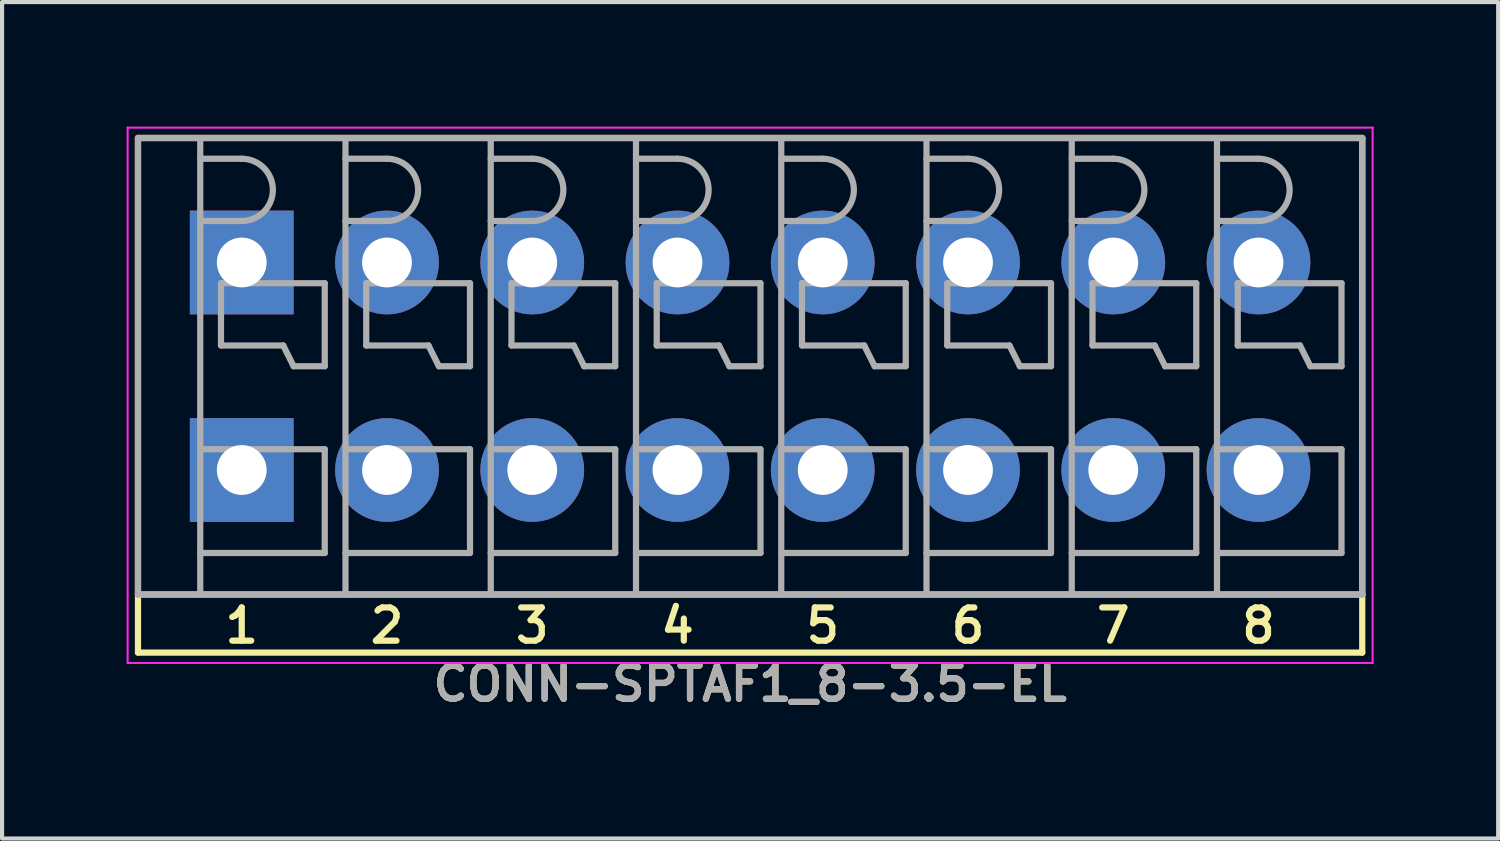
<source format=kicad_pcb>
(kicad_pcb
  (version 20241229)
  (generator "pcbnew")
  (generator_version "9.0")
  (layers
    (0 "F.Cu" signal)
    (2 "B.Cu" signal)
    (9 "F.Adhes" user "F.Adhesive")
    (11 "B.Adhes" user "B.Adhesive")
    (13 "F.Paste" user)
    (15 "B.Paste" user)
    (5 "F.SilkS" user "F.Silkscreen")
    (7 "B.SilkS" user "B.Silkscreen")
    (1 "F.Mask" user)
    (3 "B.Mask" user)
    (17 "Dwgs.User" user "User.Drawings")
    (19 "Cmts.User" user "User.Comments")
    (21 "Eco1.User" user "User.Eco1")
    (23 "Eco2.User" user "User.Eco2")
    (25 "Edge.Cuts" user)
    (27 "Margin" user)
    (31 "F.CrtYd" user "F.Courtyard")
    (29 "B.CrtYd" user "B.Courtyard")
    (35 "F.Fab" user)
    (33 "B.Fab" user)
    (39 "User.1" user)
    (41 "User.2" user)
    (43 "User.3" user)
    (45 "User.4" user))
  (footprint "CONN-SPTAF1_8-3.5-EL"
    (layer "F.Cu")
    (at 15.025 5.775)
    (property "Reference" "CONN-SPTAF1_8-3.5-EL" (at 0 7.65 0) (layer "F.SilkS") (effects (font (size 0.8 0.8) (thickness 0.15))))
    (attr through_hole)
    (fp_line (start -14.75 -5.5) (end 14.75 -5.5) (stroke (width 0.15) (type solid)) (layer "F.SilkS"))
    (fp_line (start -14.75 5.5) (end -14.75 -5.5) (stroke (width 0.15) (type solid)) (layer "F.SilkS"))
    (fp_line (start -14.75 5.5) (end -14.75 6.9) (stroke (width 0.15) (type solid)) (layer "F.SilkS"))
    (fp_line (start -14.75 6.9) (end 14.75 6.9) (stroke (width 0.15) (type solid)) (layer "F.SilkS"))
    (fp_line (start 14.75 -5.5) (end 14.75 5.5) (stroke (width 0.15) (type solid)) (layer "F.SilkS"))
    (fp_line (start 14.75 5.5) (end -14.75 5.5) (stroke (width 0.15) (type solid)) (layer "F.SilkS"))
    (fp_line (start 14.75 6.9) (end 14.75 5.5) (stroke (width 0.15) (type solid)) (layer "F.SilkS"))
    (fp_line (start -15 -5.75) (end 15 -5.75) (stroke (width 0.05) (type solid)) (layer "F.CrtYd"))
    (fp_line (start -15 7.15) (end -15 -5.75) (stroke (width 0.05) (type solid)) (layer "F.CrtYd"))
    (fp_line (start 15 -5.75) (end 15 7.15) (stroke (width 0.05) (type solid)) (layer "F.CrtYd"))
    (fp_line (start 15 7.15) (end -15 7.15) (stroke (width 0.05) (type solid)) (layer "F.CrtYd"))
    (fp_line (start -14.75 -5.5) (end 14.75 -5.5) (stroke (width 0.15) (type solid)) (layer "F.Fab"))
    (fp_line (start -14.75 5.5) (end -14.75 -5.5) (stroke (width 0.15) (type solid)) (layer "F.Fab"))
    (fp_line (start -13.25 -5.5) (end -13.25 5.5) (stroke (width 0.15) (type solid)) (layer "F.Fab"))
    (fp_line (start -13.25 -5) (end -12.25 -5) (stroke (width 0.15) (type solid)) (layer "F.Fab"))
    (fp_line (start -13.25 -3.5) (end -12.25 -3.5) (stroke (width 0.15) (type solid)) (layer "F.Fab"))
    (fp_line (start -13.25 2) (end -10.25 2) (stroke (width 0.15) (type solid)) (layer "F.Fab"))
    (fp_line (start -12.75 -2) (end -12.75 -0.5) (stroke (width 0.15) (type solid)) (layer "F.Fab"))
    (fp_line (start -12.75 -0.5) (end -11.25 -0.5) (stroke (width 0.15) (type solid)) (layer "F.Fab"))
    (fp_line (start -11.25 -0.5) (end -11 0) (stroke (width 0.15) (type solid)) (layer "F.Fab"))
    (fp_line (start -11 0) (end -10.25 0) (stroke (width 0.15) (type solid)) (layer "F.Fab"))
    (fp_line (start -10.25 -2) (end -12.75 -2) (stroke (width 0.15) (type solid)) (layer "F.Fab"))
    (fp_line (start -10.25 0) (end -10.25 -2) (stroke (width 0.15) (type solid)) (layer "F.Fab"))
    (fp_line (start -10.25 2) (end -10.25 4.5) (stroke (width 0.15) (type solid)) (layer "F.Fab"))
    (fp_line (start -10.25 4.5) (end -13.25 4.5) (stroke (width 0.15) (type solid)) (layer "F.Fab"))
    (fp_line (start -9.75 -5.5) (end -9.75 5.5) (stroke (width 0.15) (type solid)) (layer "F.Fab"))
    (fp_line (start -9.75 -5) (end -8.75 -5) (stroke (width 0.15) (type solid)) (layer "F.Fab"))
    (fp_line (start -9.75 -3.5) (end -8.75 -3.5) (stroke (width 0.15) (type solid)) (layer "F.Fab"))
    (fp_line (start -9.75 2) (end -6.75 2) (stroke (width 0.15) (type solid)) (layer "F.Fab"))
    (fp_line (start -9.25 -2) (end -9.25 -0.5) (stroke (width 0.15) (type solid)) (layer "F.Fab"))
    (fp_line (start -9.25 -0.5) (end -7.75 -0.5) (stroke (width 0.15) (type solid)) (layer "F.Fab"))
    (fp_line (start -7.75 -0.5) (end -7.5 0) (stroke (width 0.15) (type solid)) (layer "F.Fab"))
    (fp_line (start -7.5 0) (end -6.75 0) (stroke (width 0.15) (type solid)) (layer "F.Fab"))
    (fp_line (start -6.75 -2) (end -9.25 -2) (stroke (width 0.15) (type solid)) (layer "F.Fab"))
    (fp_line (start -6.75 0) (end -6.75 -2) (stroke (width 0.15) (type solid)) (layer "F.Fab"))
    (fp_line (start -6.75 2) (end -6.75 4.5) (stroke (width 0.15) (type solid)) (layer "F.Fab"))
    (fp_line (start -6.75 4.5) (end -9.75 4.5) (stroke (width 0.15) (type solid)) (layer "F.Fab"))
    (fp_line (start -6.25 -5.5) (end -6.25 5.5) (stroke (width 0.15) (type solid)) (layer "F.Fab"))
    (fp_line (start -6.25 -5) (end -5.25 -5) (stroke (width 0.15) (type solid)) (layer "F.Fab"))
    (fp_line (start -6.25 -3.5) (end -5.25 -3.5) (stroke (width 0.15) (type solid)) (layer "F.Fab"))
    (fp_line (start -6.25 2) (end -3.25 2) (stroke (width 0.15) (type solid)) (layer "F.Fab"))
    (fp_line (start -5.75 -2) (end -5.75 -0.5) (stroke (width 0.15) (type solid)) (layer "F.Fab"))
    (fp_line (start -5.75 -0.5) (end -4.25 -0.5) (stroke (width 0.15) (type solid)) (layer "F.Fab"))
    (fp_line (start -4.25 -0.5) (end -4 0) (stroke (width 0.15) (type solid)) (layer "F.Fab"))
    (fp_line (start -4 0) (end -3.25 0) (stroke (width 0.15) (type solid)) (layer "F.Fab"))
    (fp_line (start -3.25 -2) (end -5.75 -2) (stroke (width 0.15) (type solid)) (layer "F.Fab"))
    (fp_line (start -3.25 0) (end -3.25 -2) (stroke (width 0.15) (type solid)) (layer "F.Fab"))
    (fp_line (start -3.25 2) (end -3.25 4.5) (stroke (width 0.15) (type solid)) (layer "F.Fab"))
    (fp_line (start -3.25 4.5) (end -6.25 4.5) (stroke (width 0.15) (type solid)) (layer "F.Fab"))
    (fp_line (start -2.75 -5.5) (end -2.75 5.5) (stroke (width 0.15) (type solid)) (layer "F.Fab"))
    (fp_line (start -2.75 -5) (end -1.75 -5) (stroke (width 0.15) (type solid)) (layer "F.Fab"))
    (fp_line (start -2.75 -3.5) (end -1.75 -3.5) (stroke (width 0.15) (type solid)) (layer "F.Fab"))
    (fp_line (start -2.75 2) (end 0.25 2) (stroke (width 0.15) (type solid)) (layer "F.Fab"))
    (fp_line (start -2.25 -2) (end -2.25 -0.5) (stroke (width 0.15) (type solid)) (layer "F.Fab"))
    (fp_line (start -2.25 -0.5) (end -0.75 -0.5) (stroke (width 0.15) (type solid)) (layer "F.Fab"))
    (fp_line (start -0.75 -0.5) (end -0.5 0) (stroke (width 0.15) (type solid)) (layer "F.Fab"))
    (fp_line (start -0.5 0) (end 0.25 0) (stroke (width 0.15) (type solid)) (layer "F.Fab"))
    (fp_line (start 0.25 -2) (end -2.25 -2) (stroke (width 0.15) (type solid)) (layer "F.Fab"))
    (fp_line (start 0.25 0) (end 0.25 -2) (stroke (width 0.15) (type solid)) (layer "F.Fab"))
    (fp_line (start 0.25 2) (end 0.25 4.5) (stroke (width 0.15) (type solid)) (layer "F.Fab"))
    (fp_line (start 0.25 4.5) (end -2.75 4.5) (stroke (width 0.15) (type solid)) (layer "F.Fab"))
    (fp_line (start 0.75 -5.5) (end 0.75 5.5) (stroke (width 0.15) (type solid)) (layer "F.Fab"))
    (fp_line (start 0.75 -5) (end 1.75 -5) (stroke (width 0.15) (type solid)) (layer "F.Fab"))
    (fp_line (start 0.75 -3.5) (end 1.75 -3.5) (stroke (width 0.15) (type solid)) (layer "F.Fab"))
    (fp_line (start 0.75 2) (end 3.75 2) (stroke (width 0.15) (type solid)) (layer "F.Fab"))
    (fp_line (start 1.25 -2) (end 1.25 -0.5) (stroke (width 0.15) (type solid)) (layer "F.Fab"))
    (fp_line (start 1.25 -0.5) (end 2.75 -0.5) (stroke (width 0.15) (type solid)) (layer "F.Fab"))
    (fp_line (start 2.75 -0.5) (end 3 0) (stroke (width 0.15) (type solid)) (layer "F.Fab"))
    (fp_line (start 3 0) (end 3.75 0) (stroke (width 0.15) (type solid)) (layer "F.Fab"))
    (fp_line (start 3.75 -2) (end 1.25 -2) (stroke (width 0.15) (type solid)) (layer "F.Fab"))
    (fp_line (start 3.75 0) (end 3.75 -2) (stroke (width 0.15) (type solid)) (layer "F.Fab"))
    (fp_line (start 3.75 2) (end 3.75 4.5) (stroke (width 0.15) (type solid)) (layer "F.Fab"))
    (fp_line (start 3.75 4.5) (end 0.75 4.5) (stroke (width 0.15) (type solid)) (layer "F.Fab"))
    (fp_line (start 4.25 -5.5) (end 4.25 5.5) (stroke (width 0.15) (type solid)) (layer "F.Fab"))
    (fp_line (start 4.25 -5) (end 5.25 -5) (stroke (width 0.15) (type solid)) (layer "F.Fab"))
    (fp_line (start 4.25 -3.5) (end 5.25 -3.5) (stroke (width 0.15) (type solid)) (layer "F.Fab"))
    (fp_line (start 4.25 2) (end 7.25 2) (stroke (width 0.15) (type solid)) (layer "F.Fab"))
    (fp_line (start 4.75 -2) (end 4.75 -0.5) (stroke (width 0.15) (type solid)) (layer "F.Fab"))
    (fp_line (start 4.75 -0.5) (end 6.25 -0.5) (stroke (width 0.15) (type solid)) (layer "F.Fab"))
    (fp_line (start 6.25 -0.5) (end 6.5 0) (stroke (width 0.15) (type solid)) (layer "F.Fab"))
    (fp_line (start 6.5 0) (end 7.25 0) (stroke (width 0.15) (type solid)) (layer "F.Fab"))
    (fp_line (start 7.25 -2) (end 4.75 -2) (stroke (width 0.15) (type solid)) (layer "F.Fab"))
    (fp_line (start 7.25 0) (end 7.25 -2) (stroke (width 0.15) (type solid)) (layer "F.Fab"))
    (fp_line (start 7.25 2) (end 7.25 4.5) (stroke (width 0.15) (type solid)) (layer "F.Fab"))
    (fp_line (start 7.25 4.5) (end 4.25 4.5) (stroke (width 0.15) (type solid)) (layer "F.Fab"))
    (fp_line (start 7.75 -5.5) (end 7.75 5.5) (stroke (width 0.15) (type solid)) (layer "F.Fab"))
    (fp_line (start 7.75 -5) (end 8.75 -5) (stroke (width 0.15) (type solid)) (layer "F.Fab"))
    (fp_line (start 7.75 -3.5) (end 8.75 -3.5) (stroke (width 0.15) (type solid)) (layer "F.Fab"))
    (fp_line (start 7.75 2) (end 10.75 2) (stroke (width 0.15) (type solid)) (layer "F.Fab"))
    (fp_line (start 8.25 -2) (end 8.25 -0.5) (stroke (width 0.15) (type solid)) (layer "F.Fab"))
    (fp_line (start 8.25 -0.5) (end 9.75 -0.5) (stroke (width 0.15) (type solid)) (layer "F.Fab"))
    (fp_line (start 9.75 -0.5) (end 10 0) (stroke (width 0.15) (type solid)) (layer "F.Fab"))
    (fp_line (start 10 0) (end 10.75 0) (stroke (width 0.15) (type solid)) (layer "F.Fab"))
    (fp_line (start 10.75 -2) (end 8.25 -2) (stroke (width 0.15) (type solid)) (layer "F.Fab"))
    (fp_line (start 10.75 0) (end 10.75 -2) (stroke (width 0.15) (type solid)) (layer "F.Fab"))
    (fp_line (start 10.75 2) (end 10.75 4.5) (stroke (width 0.15) (type solid)) (layer "F.Fab"))
    (fp_line (start 10.75 4.5) (end 7.75 4.5) (stroke (width 0.15) (type solid)) (layer "F.Fab"))
    (fp_line (start 11.25 -5.5) (end 11.25 5.5) (stroke (width 0.15) (type solid)) (layer "F.Fab"))
    (fp_line (start 11.25 -5) (end 12.25 -5) (stroke (width 0.15) (type solid)) (layer "F.Fab"))
    (fp_line (start 11.25 -3.5) (end 12.25 -3.5) (stroke (width 0.15) (type solid)) (layer "F.Fab"))
    (fp_line (start 11.25 2) (end 14.25 2) (stroke (width 0.15) (type solid)) (layer "F.Fab"))
    (fp_line (start 11.75 -2) (end 11.75 -0.5) (stroke (width 0.15) (type solid)) (layer "F.Fab"))
    (fp_line (start 11.75 -0.5) (end 13.25 -0.5) (stroke (width 0.15) (type solid)) (layer "F.Fab"))
    (fp_line (start 13.25 -0.5) (end 13.5 0) (stroke (width 0.15) (type solid)) (layer "F.Fab"))
    (fp_line (start 13.5 0) (end 14.25 0) (stroke (width 0.15) (type solid)) (layer "F.Fab"))
    (fp_line (start 14.25 -2) (end 11.75 -2) (stroke (width 0.15) (type solid)) (layer "F.Fab"))
    (fp_line (start 14.25 0) (end 14.25 -2) (stroke (width 0.15) (type solid)) (layer "F.Fab"))
    (fp_line (start 14.25 2) (end 14.25 4.5) (stroke (width 0.15) (type solid)) (layer "F.Fab"))
    (fp_line (start 14.25 4.5) (end 11.25 4.5) (stroke (width 0.15) (type solid)) (layer "F.Fab"))
    (fp_line (start 14.75 -5.5) (end 14.75 5.5) (stroke (width 0.15) (type solid)) (layer "F.Fab"))
    (fp_line (start 14.75 5.5) (end -14.75 5.5) (stroke (width 0.15) (type solid)) (layer "F.Fab"))
    (fp_arc (start -12.25 -5) (mid -11.5 -4.25) (end -12.25 -3.5) (stroke (width 0.15) (type solid)) (layer "F.Fab"))
    (fp_arc (start -8.75 -5) (mid -8 -4.25) (end -8.75 -3.5) (stroke (width 0.15) (type solid)) (layer "F.Fab"))
    (fp_arc (start -5.25 -5) (mid -4.5 -4.25) (end -5.25 -3.5) (stroke (width 0.15) (type solid)) (layer "F.Fab"))
    (fp_arc (start -1.75 -5) (mid -1 -4.25) (end -1.75 -3.5) (stroke (width 0.15) (type solid)) (layer "F.Fab"))
    (fp_arc (start 1.75 -5) (mid 2.5 -4.25) (end 1.75 -3.5) (stroke (width 0.15) (type solid)) (layer "F.Fab"))
    (fp_arc (start 5.25 -5) (mid 6 -4.25) (end 5.25 -3.5) (stroke (width 0.15) (type solid)) (layer "F.Fab"))
    (fp_arc (start 8.75 -5) (mid 9.5 -4.25) (end 8.75 -3.5) (stroke (width 0.15) (type solid)) (layer "F.Fab"))
    (fp_arc (start 12.25 -5) (mid 13 -4.25) (end 12.25 -3.5) (stroke (width 0.15) (type solid)) (layer "F.Fab"))
    (fp_text user "5" (at 1.75 6.25 0) (layer "F.SilkS") (effects (font (size 0.8 0.8) (thickness 0.15))))
    (fp_text user "4" (at -1.75 6.25 0) (layer "F.SilkS") (effects (font (size 0.8 0.8) (thickness 0.15))))
    (fp_text user "3" (at -5.25 6.25 0) (layer "F.SilkS") (effects (font (size 0.8 0.8) (thickness 0.15))))
    (fp_text user "2" (at -8.75 6.25 0) (layer "F.SilkS") (effects (font (size 0.8 0.8) (thickness 0.15))))
    (fp_text user "7" (at 8.75 6.25 0) (layer "F.SilkS") (effects (font (size 0.8 0.8) (thickness 0.15))))
    (fp_text user "1" (at -12.25 6.25 0) (layer "F.SilkS") (effects (font (size 0.8 0.8) (thickness 0.15))))
    (fp_text user "8" (at 12.25 6.25 0) (layer "F.SilkS") (effects (font (size 0.8 0.8) (thickness 0.15))))
    (fp_text user "6" (at 5.25 6.25 0) (layer "F.SilkS") (effects (font (size 0.8 0.8) (thickness 0.15))))
    (fp_text user "${REFERENCE}" (at 0 7.65 0) (layer "F.Fab") (effects (font (size 0.8 0.8) (thickness 0.15))))
    (pad "1" thru_hole rect (at -12.25 -2.5) (size 2.5 2.5) (drill 1.2) (layers "*.Cu" "*.Mask"))
    (pad "1" thru_hole rect (at -12.25 2.5) (size 2.5 2.5) (drill 1.2) (layers "*.Cu" "*.Mask"))
    (pad "2" thru_hole circle (at -8.75 -2.5) (size 2.5 2.5) (drill 1.2) (layers "*.Cu" "*.Mask"))
    (pad "2" thru_hole circle (at -8.75 2.5) (size 2.5 2.5) (drill 1.2) (layers "*.Cu" "*.Mask"))
    (pad "3" thru_hole circle (at -5.25 -2.5) (size 2.5 2.5) (drill 1.2) (layers "*.Cu" "*.Mask"))
    (pad "3" thru_hole circle (at -5.25 2.5) (size 2.5 2.5) (drill 1.2) (layers "*.Cu" "*.Mask"))
    (pad "4" thru_hole circle (at -1.75 -2.5) (size 2.5 2.5) (drill 1.2) (layers "*.Cu" "*.Mask"))
    (pad "4" thru_hole circle (at -1.75 2.5) (size 2.5 2.5) (drill 1.2) (layers "*.Cu" "*.Mask"))
    (pad "5" thru_hole circle (at 1.75 -2.5) (size 2.5 2.5) (drill 1.2) (layers "*.Cu" "*.Mask"))
    (pad "5" thru_hole circle (at 1.75 2.5) (size 2.5 2.5) (drill 1.2) (layers "*.Cu" "*.Mask"))
    (pad "6" thru_hole circle (at 5.25 -2.5) (size 2.5 2.5) (drill 1.2) (layers "*.Cu" "*.Mask"))
    (pad "6" thru_hole circle (at 5.25 2.5) (size 2.5 2.5) (drill 1.2) (layers "*.Cu" "*.Mask"))
    (pad "7" thru_hole circle (at 8.75 -2.5) (size 2.5 2.5) (drill 1.2) (layers "*.Cu" "*.Mask"))
    (pad "7" thru_hole circle (at 8.75 2.5) (size 2.5 2.5) (drill 1.2) (layers "*.Cu" "*.Mask"))
    (pad "8" thru_hole circle (at 12.25 -2.5) (size 2.5 2.5) (drill 1.2) (layers "*.Cu" "*.Mask"))
    (pad "8" thru_hole circle (at 12.25 2.5) (size 2.5 2.5) (drill 1.2) (layers "*.Cu" "*.Mask")))
  (gr_rect
    (start -3 -3)
    (end 33.05 17.156)
    (stroke (width 0.1) (type default))
    (fill no)
    (layer "Edge.Cuts")))
</source>
